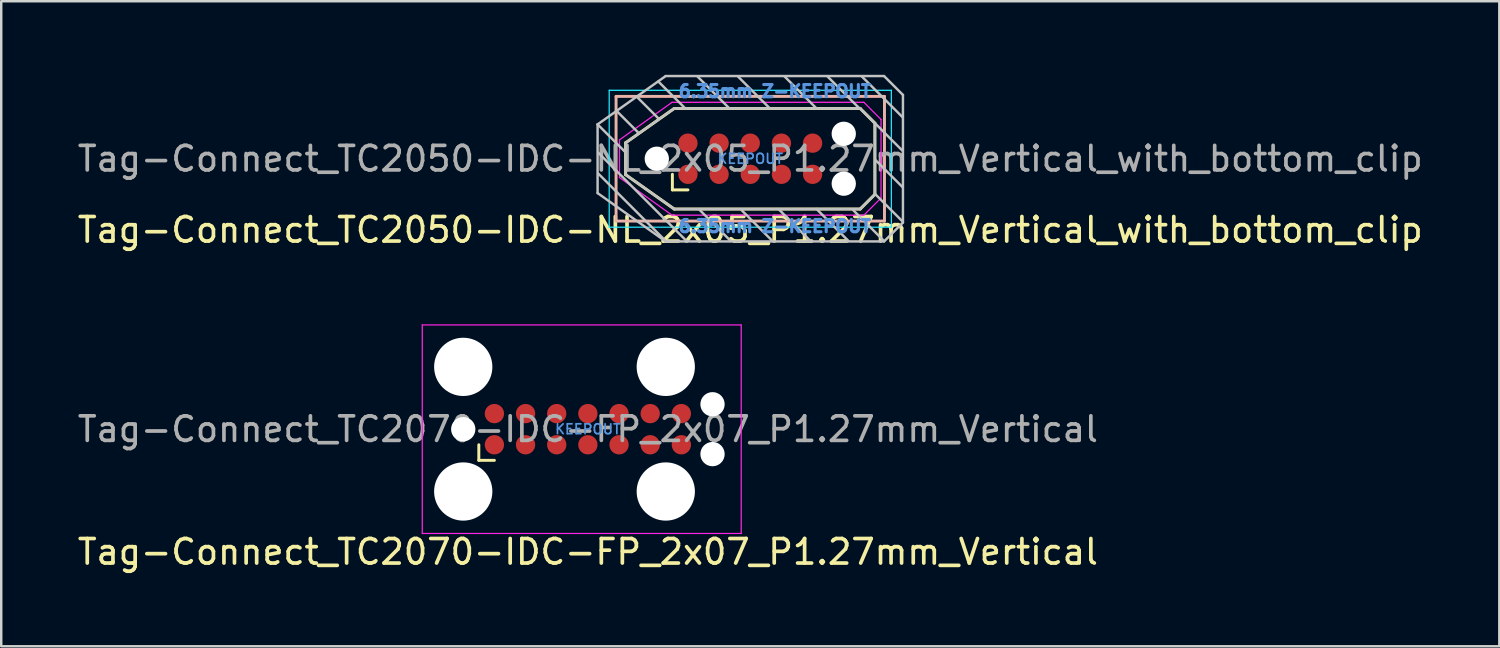
<source format=kicad_pcb>
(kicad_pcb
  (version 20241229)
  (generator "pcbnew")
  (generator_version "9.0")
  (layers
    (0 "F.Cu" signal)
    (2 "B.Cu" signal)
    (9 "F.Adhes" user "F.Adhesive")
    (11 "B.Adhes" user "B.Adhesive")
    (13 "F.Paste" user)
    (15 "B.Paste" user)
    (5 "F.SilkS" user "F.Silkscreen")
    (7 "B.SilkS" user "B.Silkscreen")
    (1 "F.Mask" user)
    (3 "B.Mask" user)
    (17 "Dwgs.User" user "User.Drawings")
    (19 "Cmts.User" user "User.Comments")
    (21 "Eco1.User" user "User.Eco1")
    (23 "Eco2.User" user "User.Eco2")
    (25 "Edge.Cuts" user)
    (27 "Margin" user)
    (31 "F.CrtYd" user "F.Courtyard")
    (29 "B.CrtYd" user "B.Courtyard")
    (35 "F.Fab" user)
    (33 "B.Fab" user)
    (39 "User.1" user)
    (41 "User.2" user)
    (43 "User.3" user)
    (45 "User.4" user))
  (footprint "Tag-Connect_TC2050-IDC-NL_2x05_P1.27mm_Vertical_with_bottom_clip"
    (layer "F.Cu")
    (at 27.53 3.42)
    (property "Reference" "Tag-Connect_TC2050-IDC-NL_2x05_P1.27mm_Vertical_with_bottom_clip" (at 0 2.9 0) (layer "F.SilkS") (effects (font (size 1 1) (thickness 0.15))))
    (attr exclude_from_pos_files exclude_from_bom)
    (fp_line (start -5.08 -0.65) (end -3.1 -2.05) (stroke (width 0.12) (type solid)) (layer "F.SilkS"))
    (fp_line (start -5.08 0.65) (end -5.08 -0.65) (stroke (width 0.12) (type solid)) (layer "F.SilkS"))
    (fp_line (start -3.175 1.27) (end -3.175 0.635) (stroke (width 0.12) (type solid)) (layer "F.SilkS"))
    (fp_line (start -3.1 -2.05) (end 4.48 -2.05) (stroke (width 0.12) (type solid)) (layer "F.SilkS"))
    (fp_line (start -3.1 2.05) (end -5.08 0.65) (stroke (width 0.12) (type solid)) (layer "F.SilkS"))
    (fp_line (start -2.54 1.27) (end -3.175 1.27) (stroke (width 0.12) (type solid)) (layer "F.SilkS"))
    (fp_line (start 4.48 -2.05) (end 5.08 -1.45) (stroke (width 0.12) (type solid)) (layer "F.SilkS"))
    (fp_line (start 4.48 2.05) (end -3.1 2.05) (stroke (width 0.12) (type solid)) (layer "F.SilkS"))
    (fp_line (start 4.48 2.05) (end 5.08 1.45) (stroke (width 0.12) (type solid)) (layer "F.SilkS"))
    (fp_line (start 5.08 -1.45) (end 5.08 1.45) (stroke (width 0.12) (type solid)) (layer "F.SilkS"))
    (fp_line (start -5.47 -2.54) (end 5.47 -2.54) (stroke (width 0.12) (type solid)) (layer "B.SilkS"))
    (fp_line (start -5.47 2.54) (end -5.47 -2.54) (stroke (width 0.12) (type solid)) (layer "B.SilkS"))
    (fp_line (start 5.47 -2.54) (end 5.47 2.54) (stroke (width 0.12) (type solid)) (layer "B.SilkS"))
    (fp_line (start 5.47 2.54) (end -5.47 2.54) (stroke (width 0.12) (type solid)) (layer "B.SilkS"))
    (fp_line (start -6.223 -1.4) (end -5.1 -0.277) (stroke (width 0.1) (type solid)) (layer "Dwgs.User"))
    (fp_line (start -6.223 -1.4) (end -3.45 -3.37) (stroke (width 0.1) (type solid)) (layer "Dwgs.User"))
    (fp_line (start -6.223 1.4) (end -6.223 -1.4) (stroke (width 0.1) (type solid)) (layer "Dwgs.User"))
    (fp_line (start -6.223 1.4) (end -3.45 3.37) (stroke (width 0.1) (type solid)) (layer "Dwgs.User"))
    (fp_line (start -6.2 -0.25) (end -2.6 3.35) (stroke (width 0.1) (type solid)) (layer "Dwgs.User"))
    (fp_line (start -6.2 0.6) (end -3.45 3.35) (stroke (width 0.1) (type solid)) (layer "Dwgs.User"))
    (fp_line (start -5.4 -1.9) (end -4.55 -1.05) (stroke (width 0.1) (type solid)) (layer "Dwgs.User"))
    (fp_line (start -5.08 -0.65) (end -3.1 -2.05) (stroke (width 0.1) (type solid)) (layer "Dwgs.User"))
    (fp_line (start -5.08 0.65) (end -5.08 -0.65) (stroke (width 0.1) (type solid)) (layer "Dwgs.User"))
    (fp_line (start -4.6 -2.5) (end -3.75 -1.65) (stroke (width 0.1) (type solid)) (layer "Dwgs.User"))
    (fp_line (start -3.75 -3.15) (end -2.65 -2.05) (stroke (width 0.1) (type solid)) (layer "Dwgs.User"))
    (fp_line (start -3.45 -3.37) (end 5.453 -3.37) (stroke (width 0.1) (type solid)) (layer "Dwgs.User"))
    (fp_line (start -3.1 -2.05) (end 4.48 -2.05) (stroke (width 0.1) (type solid)) (layer "Dwgs.User"))
    (fp_line (start -3.1 2.05) (end -5.08 0.65) (stroke (width 0.1) (type solid)) (layer "Dwgs.User"))
    (fp_line (start -2.15 -3.35) (end -0.85 -2.05) (stroke (width 0.1) (type solid)) (layer "Dwgs.User"))
    (fp_line (start -2.1 2.05) (end -0.8 3.35) (stroke (width 0.1) (type solid)) (layer "Dwgs.User"))
    (fp_line (start -0.5 -3.35) (end 0.8 -2.05) (stroke (width 0.1) (type solid)) (layer "Dwgs.User"))
    (fp_line (start -0.35 2.1) (end 0.9 3.35) (stroke (width 0.1) (type solid)) (layer "Dwgs.User"))
    (fp_line (start 1.15 2.05) (end 2.45 3.35) (stroke (width 0.1) (type solid)) (layer "Dwgs.User"))
    (fp_line (start 1.4 -3.35) (end 2.7 -2.05) (stroke (width 0.1) (type solid)) (layer "Dwgs.User"))
    (fp_line (start 2.7 2.05) (end 4 3.35) (stroke (width 0.1) (type solid)) (layer "Dwgs.User"))
    (fp_line (start 3.15 -3.35) (end 4.4 -2.1) (stroke (width 0.1) (type solid)) (layer "Dwgs.User"))
    (fp_line (start 4.2 2.1) (end 5.45 3.35) (stroke (width 0.1) (type solid)) (layer "Dwgs.User"))
    (fp_line (start 4.4 -2.1) (end 4.45 -2.05) (stroke (width 0.1) (type solid)) (layer "Dwgs.User"))
    (fp_line (start 4.48 -2.05) (end 5.08 -1.45) (stroke (width 0.1) (type solid)) (layer "Dwgs.User"))
    (fp_line (start 4.48 2.05) (end -3.1 2.05) (stroke (width 0.1) (type solid)) (layer "Dwgs.User"))
    (fp_line (start 4.48 2.05) (end 5.08 1.45) (stroke (width 0.1) (type solid)) (layer "Dwgs.User"))
    (fp_line (start 4.55 -3.35) (end 6.2 -1.7) (stroke (width 0.1) (type solid)) (layer "Dwgs.User"))
    (fp_line (start 5.08 -1.45) (end 5.08 1.45) (stroke (width 0.1) (type solid)) (layer "Dwgs.User"))
    (fp_line (start 5.08 -1.45) (end 6.2 -0.33) (stroke (width 0.1) (type solid)) (layer "Dwgs.User"))
    (fp_line (start 5.1 0.05) (end 6.2 1.15) (stroke (width 0.1) (type solid)) (layer "Dwgs.User"))
    (fp_line (start 5.1 1.45) (end 6.2 2.55) (stroke (width 0.1) (type solid)) (layer "Dwgs.User"))
    (fp_line (start 5.453 -3.37) (end 6.223 -2.6) (stroke (width 0.1) (type solid)) (layer "Dwgs.User"))
    (fp_line (start 5.453 3.37) (end -3.45 3.37) (stroke (width 0.1) (type solid)) (layer "Dwgs.User"))
    (fp_line (start 5.453 3.37) (end 6.223 2.6) (stroke (width 0.1) (type solid)) (layer "Dwgs.User"))
    (fp_line (start 6.223 -2.6) (end 6.223 2.6) (stroke (width 0.1) (type solid)) (layer "Dwgs.User"))
    (fp_line (start -5.75 -2.79) (end 5.75 -2.79) (stroke (width 0.05) (type solid)) (layer "B.CrtYd"))
    (fp_line (start -5.75 2.79) (end -5.75 -2.79) (stroke (width 0.05) (type solid)) (layer "B.CrtYd"))
    (fp_line (start 5.75 -2.79) (end 5.75 2.79) (stroke (width 0.05) (type solid)) (layer "B.CrtYd"))
    (fp_line (start 5.75 2.79) (end -5.75 2.79) (stroke (width 0.05) (type solid)) (layer "B.CrtYd"))
    (fp_line (start -5.33 -0.77) (end -3.19 -2.3) (stroke (width 0.05) (type solid)) (layer "F.CrtYd"))
    (fp_line (start -5.33 0.77) (end -5.33 -0.77) (stroke (width 0.05) (type solid)) (layer "F.CrtYd"))
    (fp_line (start -3.19 -2.3) (end 4.63 -2.3) (stroke (width 0.05) (type solid)) (layer "F.CrtYd"))
    (fp_line (start -3.19 2.3) (end -5.33 0.77) (stroke (width 0.05) (type solid)) (layer "F.CrtYd"))
    (fp_line (start 4.63 -2.3) (end 5.33 -1.6) (stroke (width 0.05) (type solid)) (layer "F.CrtYd"))
    (fp_line (start 4.63 2.3) (end -3.19 2.3) (stroke (width 0.05) (type solid)) (layer "F.CrtYd"))
    (fp_line (start 4.63 2.3) (end 5.33 1.6) (stroke (width 0.05) (type solid)) (layer "F.CrtYd"))
    (fp_line (start 5.33 -1.6) (end 5.33 1.6) (stroke (width 0.05) (type solid)) (layer "F.CrtYd"))
    (fp_text user "6.35mm Z-KEEPOUT" (at 1 2.75 0) (layer "Cmts.User") (effects (font (size 0.5 0.5) (thickness 0.125))))
    (fp_text user "6.35mm Z-KEEPOUT" (at 1 -2.75 0) (layer "Cmts.User") (effects (font (size 0.5 0.5) (thickness 0.125))))
    (fp_text user "KEEPOUT" (at 0 0 0) (layer "Cmts.User") (effects (font (size 0.4 0.4) (thickness 0.07))))
    (fp_text user "${REFERENCE}" (at 0 0 0) (layer "F.Fab") (effects (font (size 1 1) (thickness 0.15))))
    (pad "" np_thru_hole circle (at -3.81 0) (size 0.991 0.991) (drill 0.991) (layers "*.Cu" "*.Mask"))
    (pad "" np_thru_hole circle (at 3.81 -1.016) (size 0.991 0.991) (drill 0.991) (layers "*.Cu" "*.Mask"))
    (pad "" np_thru_hole circle (at 3.81 1.016) (size 0.991 0.991) (drill 0.991) (layers "*.Cu" "*.Mask"))
    (pad "1" connect circle (at -2.54 0.635) (size 0.787 0.787) (layers "F.Cu" "F.Mask"))
    (pad "2" connect circle (at -1.27 0.635) (size 0.787 0.787) (layers "F.Cu" "F.Mask"))
    (pad "3" connect circle (at 0 0.635) (size 0.787 0.787) (layers "F.Cu" "F.Mask"))
    (pad "4" connect circle (at 1.27 0.635) (size 0.787 0.787) (layers "F.Cu" "F.Mask"))
    (pad "5" connect circle (at 2.54 0.635) (size 0.787 0.787) (layers "F.Cu" "F.Mask"))
    (pad "6" connect circle (at 2.54 -0.635) (size 0.787 0.787) (layers "F.Cu" "F.Mask"))
    (pad "7" connect circle (at 1.27 -0.635) (size 0.787 0.787) (layers "F.Cu" "F.Mask"))
    (pad "8" connect circle (at 0 -0.635) (size 0.787 0.787) (layers "F.Cu" "F.Mask"))
    (pad "9" connect circle (at -1.27 -0.635) (size 0.787 0.787) (layers "F.Cu" "F.Mask"))
    (pad "10" connect circle (at -2.54 -0.635) (size 0.787 0.787) (layers "F.Cu" "F.Mask"))
    (zone (net_name "") (layer "F.Cu") (hatch full 0.508) (connect_pads) (min_thickness 0.254) (filled_areas_thickness no) (keepout (tracks not_allowed) (vias not_allowed) (pads allowed) (copperpour not_allowed) (footprints not_allowed)) (placement (enabled no)) (fill) (polygon (pts (xy 24.99 4.055) (xy 30.07 4.055) (xy 30.07 2.785) (xy 24.99 2.785)))))
  (footprint "Tag-Connect_TC2070-IDC-FP_2x07_P1.27mm_Vertical"
    (layer "F.Cu")
    (at 20.911 14.443)
    (property "Reference" "Tag-Connect_TC2070-IDC-FP_2x07_P1.27mm_Vertical" (at 0 5 0) (layer "F.SilkS") (effects (font (size 1 1) (thickness 0.15))))
    (attr exclude_from_pos_files exclude_from_bom)
    (fp_line (start -4.445 0.635) (end -4.445 1.27) (stroke (width 0.12) (type solid)) (layer "F.SilkS"))
    (fp_line (start -4.445 1.27) (end -3.81 1.27) (stroke (width 0.12) (type solid)) (layer "F.SilkS"))
    (fp_line (start -6.75 -4.25) (end -6.75 4.25) (stroke (width 0.05) (type solid)) (layer "F.CrtYd"))
    (fp_line (start -6.75 4.25) (end 6.25 4.25) (stroke (width 0.05) (type solid)) (layer "F.CrtYd"))
    (fp_line (start 6.25 -4.25) (end -6.75 -4.25) (stroke (width 0.05) (type solid)) (layer "F.CrtYd"))
    (fp_line (start 6.25 4.25) (end 6.25 -4.25) (stroke (width 0.05) (type solid)) (layer "F.CrtYd"))
    (fp_text user "KEEPOUT" (at 0 0 0) (layer "Cmts.User") (effects (font (size 0.4 0.4) (thickness 0.07))))
    (fp_text user "${REFERENCE}" (at 0 0 0) (layer "F.Fab") (effects (font (size 1 1) (thickness 0.15))))
    (pad "" np_thru_hole circle (at -5.08 -2.54) (size 2.375 2.375) (drill 2.375) (layers "*.Cu" "*.Mask"))
    (pad "" np_thru_hole circle (at -5.08 0) (size 0.991 0.991) (drill 0.991) (layers "*.Cu" "*.Mask"))
    (pad "" np_thru_hole circle (at -5.08 2.54) (size 2.375 2.375) (drill 2.375) (layers "*.Cu" "*.Mask"))
    (pad "" np_thru_hole circle (at 3.175 -2.54) (size 2.375 2.375) (drill 2.375) (layers "*.Cu" "*.Mask"))
    (pad "" np_thru_hole circle (at 3.175 2.54) (size 2.375 2.375) (drill 2.375) (layers "*.Cu" "*.Mask"))
    (pad "" np_thru_hole circle (at 5.08 -1.016) (size 0.991 0.991) (drill 0.991) (layers "*.Cu" "*.Mask"))
    (pad "" np_thru_hole circle (at 5.08 1.016) (size 0.991 0.991) (drill 0.991) (layers "*.Cu" "*.Mask"))
    (pad "1" connect circle (at -3.81 0.635) (size 0.787 0.787) (layers "F.Cu" "F.Mask"))
    (pad "2" connect circle (at -2.54 0.635) (size 0.787 0.787) (layers "F.Cu" "F.Mask"))
    (pad "3" connect circle (at -1.27 0.635) (size 0.787 0.787) (layers "F.Cu" "F.Mask"))
    (pad "4" connect circle (at 0 0.635) (size 0.787 0.787) (layers "F.Cu" "F.Mask"))
    (pad "5" connect circle (at 1.27 0.635) (size 0.787 0.787) (layers "F.Cu" "F.Mask"))
    (pad "6" connect circle (at 2.54 0.635) (size 0.787 0.787) (layers "F.Cu" "F.Mask"))
    (pad "7" connect circle (at 3.81 0.635) (size 0.787 0.787) (layers "F.Cu" "F.Mask"))
    (pad "8" connect circle (at 3.81 -0.635) (size 0.787 0.787) (layers "F.Cu" "F.Mask"))
    (pad "9" connect circle (at 2.54 -0.635) (size 0.787 0.787) (layers "F.Cu" "F.Mask"))
    (pad "10" connect circle (at 1.27 -0.635) (size 0.787 0.787) (layers "F.Cu" "F.Mask"))
    (pad "11" connect circle (at 0 -0.635) (size 0.787 0.787) (layers "F.Cu" "F.Mask"))
    (pad "12" connect circle (at -1.27 -0.635) (size 0.787 0.787) (layers "F.Cu" "F.Mask"))
    (pad "13" connect circle (at -2.54 -0.635) (size 0.787 0.787) (layers "F.Cu" "F.Mask"))
    (pad "14" connect circle (at -3.81 -0.635) (size 0.787 0.787) (layers "F.Cu" "F.Mask"))
    (zone (net_name "") (layer "F.Cu") (hatch full 0.508) (connect_pads) (min_thickness 0.254) (filled_areas_thickness no) (keepout (tracks not_allowed) (vias not_allowed) (pads not_allowed) (copperpour not_allowed) (footprints not_allowed)) (placement (enabled no)) (fill) (polygon (pts (xy 24.721 13.808) (xy 17.101 13.808) (xy 17.101 15.078) (xy 24.721 15.078)))))
  (gr_rect
    (start -3 -3)
    (end 58.06 23.291)
    (stroke (width 0.1) (type default))
    (fill no)
    (layer "Edge.Cuts")))
</source>
